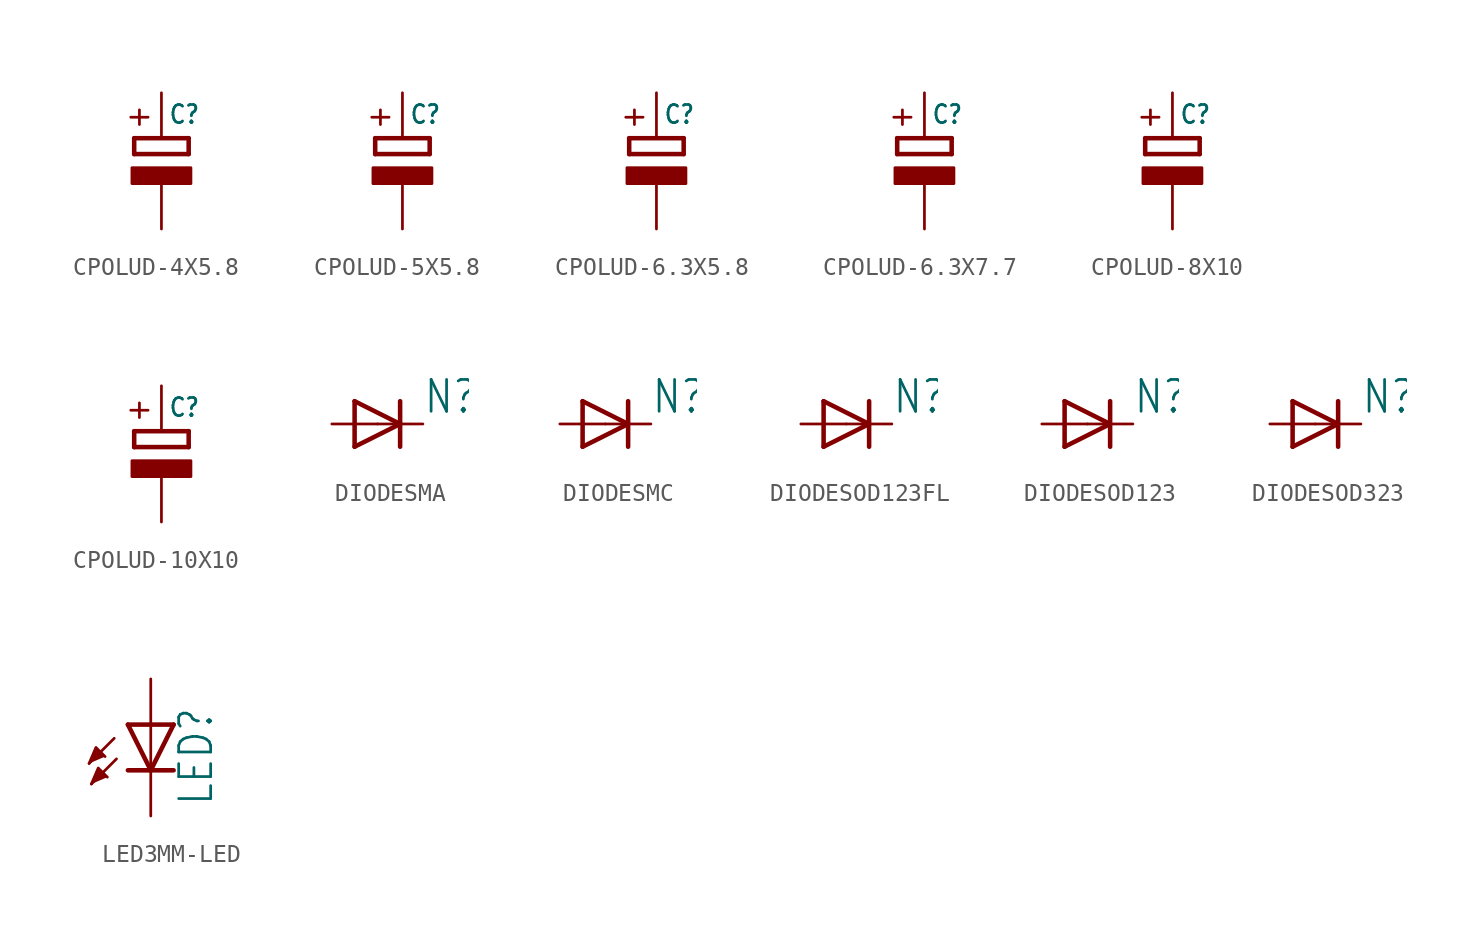
<source format=kicad_sym>
(kicad_symbol_lib
  (version 20231120)
  (generator "kicad_symbol_editor")
  (generator_version "8.0")
  (symbol "CPOLUD-4X5.8"
    (property "Reference" "C"
      (at 0.381 3.277 0)
      (effects (font (size 1.016 0.864)) (justify left bottom)))
    (property "Value" ""
      (at 0.381 -1.295 0)
      (effects (font (size 1.016 0.864)) (justify left bottom)))
    (property "ki_locked" ""
      (at 0 0 0)
      (effects (font (size 1.27 1.27))))
    (symbol "CPOLUD-4X5.8_1_0"
      (rectangle (start -1.651 0) (end 1.651 0.889) (stroke (width 0) (type default)) (fill (type outline)))
      (polyline (pts (xy -1.524 1.651) (xy 1.524 1.651)) (stroke (width 0.254) (type solid)) (fill (type none)))
      (polyline (pts (xy -1.524 2.54) (xy -1.524 1.651)) (stroke (width 0.254) (type solid)) (fill (type none)))
      (polyline (pts (xy -1.524 2.54) (xy 1.524 2.54)) (stroke (width 0.254) (type solid)) (fill (type none)))
      (polyline (pts (xy 1.524 1.651) (xy 1.524 2.54)) (stroke (width 0.254) (type solid)) (fill (type none)))
      (text "+" (at -0.584 2.946 900) (effects (font (size 1.27 1.079)) (justify left bottom)))
      (pin passive line (at 0 5.08 270) (length 2.54) (name "+" (effects (font (size 0 0)))) (number "+" (effects (font (size 0 0)))))
      (pin passive line (at 0 -2.54 90) (length 2.54) (name "-" (effects (font (size 0 0)))) (number "-" (effects (font (size 0 0)))))))
  (symbol "CPOLUD-5X5.8"
    (property "Reference" "C"
      (at 0.381 3.277 0)
      (effects (font (size 1.016 0.864)) (justify left bottom)))
    (property "Value" ""
      (at 0.381 -1.295 0)
      (effects (font (size 1.016 0.864)) (justify left bottom)))
    (property "ki_locked" ""
      (at 0 0 0)
      (effects (font (size 1.27 1.27))))
    (symbol "CPOLUD-5X5.8_1_0"
      (rectangle (start -1.651 0) (end 1.651 0.889) (stroke (width 0) (type default)) (fill (type outline)))
      (polyline (pts (xy -1.524 1.651) (xy 1.524 1.651)) (stroke (width 0.254) (type solid)) (fill (type none)))
      (polyline (pts (xy -1.524 2.54) (xy -1.524 1.651)) (stroke (width 0.254) (type solid)) (fill (type none)))
      (polyline (pts (xy -1.524 2.54) (xy 1.524 2.54)) (stroke (width 0.254) (type solid)) (fill (type none)))
      (polyline (pts (xy 1.524 1.651) (xy 1.524 2.54)) (stroke (width 0.254) (type solid)) (fill (type none)))
      (text "+" (at -0.584 2.946 900) (effects (font (size 1.27 1.079)) (justify left bottom)))
      (pin passive line (at 0 5.08 270) (length 2.54) (name "+" (effects (font (size 0 0)))) (number "+" (effects (font (size 0 0)))))
      (pin passive line (at 0 -2.54 90) (length 2.54) (name "-" (effects (font (size 0 0)))) (number "-" (effects (font (size 0 0)))))))
  (symbol "CPOLUD-6.3X5.8"
    (property "Reference" "C"
      (at 0.381 3.277 0)
      (effects (font (size 1.016 0.864)) (justify left bottom)))
    (property "Value" ""
      (at 0.381 -1.295 0)
      (effects (font (size 1.016 0.864)) (justify left bottom)))
    (property "ki_locked" ""
      (at 0 0 0)
      (effects (font (size 1.27 1.27))))
    (symbol "CPOLUD-6.3X5.8_1_0"
      (rectangle (start -1.651 0) (end 1.651 0.889) (stroke (width 0) (type default)) (fill (type outline)))
      (polyline (pts (xy -1.524 1.651) (xy 1.524 1.651)) (stroke (width 0.254) (type solid)) (fill (type none)))
      (polyline (pts (xy -1.524 2.54) (xy -1.524 1.651)) (stroke (width 0.254) (type solid)) (fill (type none)))
      (polyline (pts (xy -1.524 2.54) (xy 1.524 2.54)) (stroke (width 0.254) (type solid)) (fill (type none)))
      (polyline (pts (xy 1.524 1.651) (xy 1.524 2.54)) (stroke (width 0.254) (type solid)) (fill (type none)))
      (text "+" (at -0.584 2.946 900) (effects (font (size 1.27 1.079)) (justify left bottom)))
      (pin passive line (at 0 5.08 270) (length 2.54) (name "+" (effects (font (size 0 0)))) (number "+" (effects (font (size 0 0)))))
      (pin passive line (at 0 -2.54 90) (length 2.54) (name "-" (effects (font (size 0 0)))) (number "-" (effects (font (size 0 0)))))))
  (symbol "CPOLUD-6.3X7.7"
    (property "Reference" "C"
      (at 0.381 3.277 0)
      (effects (font (size 1.016 0.864)) (justify left bottom)))
    (property "Value" ""
      (at 0.381 -1.295 0)
      (effects (font (size 1.016 0.864)) (justify left bottom)))
    (property "ki_locked" ""
      (at 0 0 0)
      (effects (font (size 1.27 1.27))))
    (symbol "CPOLUD-6.3X7.7_1_0"
      (rectangle (start -1.651 0) (end 1.651 0.889) (stroke (width 0) (type default)) (fill (type outline)))
      (polyline (pts (xy -1.524 1.651) (xy 1.524 1.651)) (stroke (width 0.254) (type solid)) (fill (type none)))
      (polyline (pts (xy -1.524 2.54) (xy -1.524 1.651)) (stroke (width 0.254) (type solid)) (fill (type none)))
      (polyline (pts (xy -1.524 2.54) (xy 1.524 2.54)) (stroke (width 0.254) (type solid)) (fill (type none)))
      (polyline (pts (xy 1.524 1.651) (xy 1.524 2.54)) (stroke (width 0.254) (type solid)) (fill (type none)))
      (text "+" (at -0.584 2.946 900) (effects (font (size 1.27 1.079)) (justify left bottom)))
      (pin passive line (at 0 5.08 270) (length 2.54) (name "+" (effects (font (size 0 0)))) (number "+" (effects (font (size 0 0)))))
      (pin passive line (at 0 -2.54 90) (length 2.54) (name "-" (effects (font (size 0 0)))) (number "-" (effects (font (size 0 0)))))))
  (symbol "CPOLUD-8X10"
    (property "Reference" "C"
      (at 0.381 3.277 0)
      (effects (font (size 1.016 0.864)) (justify left bottom)))
    (property "Value" ""
      (at 0.381 -1.295 0)
      (effects (font (size 1.016 0.864)) (justify left bottom)))
    (property "ki_locked" ""
      (at 0 0 0)
      (effects (font (size 1.27 1.27))))
    (symbol "CPOLUD-8X10_1_0"
      (rectangle (start -1.651 0) (end 1.651 0.889) (stroke (width 0) (type default)) (fill (type outline)))
      (polyline (pts (xy -1.524 1.651) (xy 1.524 1.651)) (stroke (width 0.254) (type solid)) (fill (type none)))
      (polyline (pts (xy -1.524 2.54) (xy -1.524 1.651)) (stroke (width 0.254) (type solid)) (fill (type none)))
      (polyline (pts (xy -1.524 2.54) (xy 1.524 2.54)) (stroke (width 0.254) (type solid)) (fill (type none)))
      (polyline (pts (xy 1.524 1.651) (xy 1.524 2.54)) (stroke (width 0.254) (type solid)) (fill (type none)))
      (text "+" (at -0.584 2.946 900) (effects (font (size 1.27 1.079)) (justify left bottom)))
      (pin passive line (at 0 5.08 270) (length 2.54) (name "+" (effects (font (size 0 0)))) (number "+" (effects (font (size 0 0)))))
      (pin passive line (at 0 -2.54 90) (length 2.54) (name "-" (effects (font (size 0 0)))) (number "-" (effects (font (size 0 0)))))))
  (symbol "CPOLUD-10X10"
    (property "Reference" "C"
      (at 0.381 3.277 0)
      (effects (font (size 1.016 0.864)) (justify left bottom)))
    (property "Value" ""
      (at 0.381 -1.295 0)
      (effects (font (size 1.016 0.864)) (justify left bottom)))
    (property "ki_locked" ""
      (at 0 0 0)
      (effects (font (size 1.27 1.27))))
    (symbol "CPOLUD-10X10_1_0"
      (rectangle (start -1.651 0) (end 1.651 0.889) (stroke (width 0) (type default)) (fill (type outline)))
      (polyline (pts (xy -1.524 1.651) (xy 1.524 1.651)) (stroke (width 0.254) (type solid)) (fill (type none)))
      (polyline (pts (xy -1.524 2.54) (xy -1.524 1.651)) (stroke (width 0.254) (type solid)) (fill (type none)))
      (polyline (pts (xy -1.524 2.54) (xy 1.524 2.54)) (stroke (width 0.254) (type solid)) (fill (type none)))
      (polyline (pts (xy 1.524 1.651) (xy 1.524 2.54)) (stroke (width 0.254) (type solid)) (fill (type none)))
      (text "+" (at -0.584 2.946 900) (effects (font (size 1.27 1.079)) (justify left bottom)))
      (pin passive line (at 0 5.08 270) (length 2.54) (name "+" (effects (font (size 0 0)))) (number "+" (effects (font (size 0 0)))))
      (pin passive line (at 0 -2.54 90) (length 2.54) (name "-" (effects (font (size 0 0)))) (number "-" (effects (font (size 0 0)))))))
  (symbol "DIODESMA"
    (property "Reference" "N"
      (at 2.54 0.483 0)
      (effects (font (size 1.778 1.511)) (justify left bottom)))
    (property "Value" ""
      (at 2.54 -2.311 0)
      (effects (font (size 1.778 1.511)) (justify left bottom)))
    (property "ki_locked" ""
      (at 0 0 0)
      (effects (font (size 1.27 1.27))))
    (symbol "DIODESMA_1_0"
      (polyline (pts (xy -1.27 -1.27) (xy 1.27 0)) (stroke (width 0.254) (type solid)) (fill (type none)))
      (polyline (pts (xy -1.27 1.27) (xy -1.27 -1.27)) (stroke (width 0.254) (type solid)) (fill (type none)))
      (polyline (pts (xy 1.27 0) (xy -1.27 1.27)) (stroke (width 0.254) (type solid)) (fill (type none)))
      (polyline (pts (xy 1.27 0) (xy 1.27 -1.27)) (stroke (width 0.254) (type solid)) (fill (type none)))
      (polyline (pts (xy 1.27 1.27) (xy 1.27 0)) (stroke (width 0.254) (type solid)) (fill (type none)))
      (pin passive line (at -2.54 0 0) (length 2.54) (name "A" (effects (font (size 0 0)))) (number "A" (effects (font (size 0 0)))))
      (pin passive line (at 2.54 0 180) (length 2.54) (name "C" (effects (font (size 0 0)))) (number "C" (effects (font (size 0 0)))))))
  (symbol "DIODESMC"
    (property "Reference" "N"
      (at 2.54 0.483 0)
      (effects (font (size 1.778 1.511)) (justify left bottom)))
    (property "Value" ""
      (at 2.54 -2.311 0)
      (effects (font (size 1.778 1.511)) (justify left bottom)))
    (property "ki_locked" ""
      (at 0 0 0)
      (effects (font (size 1.27 1.27))))
    (symbol "DIODESMC_1_0"
      (polyline (pts (xy -1.27 -1.27) (xy 1.27 0)) (stroke (width 0.254) (type solid)) (fill (type none)))
      (polyline (pts (xy -1.27 1.27) (xy -1.27 -1.27)) (stroke (width 0.254) (type solid)) (fill (type none)))
      (polyline (pts (xy 1.27 0) (xy -1.27 1.27)) (stroke (width 0.254) (type solid)) (fill (type none)))
      (polyline (pts (xy 1.27 0) (xy 1.27 -1.27)) (stroke (width 0.254) (type solid)) (fill (type none)))
      (polyline (pts (xy 1.27 1.27) (xy 1.27 0)) (stroke (width 0.254) (type solid)) (fill (type none)))
      (pin passive line (at -2.54 0 0) (length 2.54) (name "A" (effects (font (size 0 0)))) (number "A" (effects (font (size 0 0)))))
      (pin passive line (at 2.54 0 180) (length 2.54) (name "C" (effects (font (size 0 0)))) (number "C" (effects (font (size 0 0)))))))
  (symbol "DIODESOD123FL"
    (property "Reference" "N"
      (at 2.54 0.483 0)
      (effects (font (size 1.778 1.511)) (justify left bottom)))
    (property "Value" ""
      (at 2.54 -2.311 0)
      (effects (font (size 1.778 1.511)) (justify left bottom)))
    (property "ki_locked" ""
      (at 0 0 0)
      (effects (font (size 1.27 1.27))))
    (symbol "DIODESOD123FL_1_0"
      (polyline (pts (xy -1.27 -1.27) (xy 1.27 0)) (stroke (width 0.254) (type solid)) (fill (type none)))
      (polyline (pts (xy -1.27 1.27) (xy -1.27 -1.27)) (stroke (width 0.254) (type solid)) (fill (type none)))
      (polyline (pts (xy 1.27 0) (xy -1.27 1.27)) (stroke (width 0.254) (type solid)) (fill (type none)))
      (polyline (pts (xy 1.27 0) (xy 1.27 -1.27)) (stroke (width 0.254) (type solid)) (fill (type none)))
      (polyline (pts (xy 1.27 1.27) (xy 1.27 0)) (stroke (width 0.254) (type solid)) (fill (type none)))
      (pin passive line (at -2.54 0 0) (length 2.54) (name "A" (effects (font (size 0 0)))) (number "A" (effects (font (size 0 0)))))
      (pin passive line (at 2.54 0 180) (length 2.54) (name "C" (effects (font (size 0 0)))) (number "C" (effects (font (size 0 0)))))))
  (symbol "DIODESOD123"
    (property "Reference" "N"
      (at 2.54 0.483 0)
      (effects (font (size 1.778 1.511)) (justify left bottom)))
    (property "Value" ""
      (at 2.54 -2.311 0)
      (effects (font (size 1.778 1.511)) (justify left bottom)))
    (property "ki_locked" ""
      (at 0 0 0)
      (effects (font (size 1.27 1.27))))
    (symbol "DIODESOD123_1_0"
      (polyline (pts (xy -1.27 -1.27) (xy 1.27 0)) (stroke (width 0.254) (type solid)) (fill (type none)))
      (polyline (pts (xy -1.27 1.27) (xy -1.27 -1.27)) (stroke (width 0.254) (type solid)) (fill (type none)))
      (polyline (pts (xy 1.27 0) (xy -1.27 1.27)) (stroke (width 0.254) (type solid)) (fill (type none)))
      (polyline (pts (xy 1.27 0) (xy 1.27 -1.27)) (stroke (width 0.254) (type solid)) (fill (type none)))
      (polyline (pts (xy 1.27 1.27) (xy 1.27 0)) (stroke (width 0.254) (type solid)) (fill (type none)))
      (pin passive line (at -2.54 0 0) (length 2.54) (name "A" (effects (font (size 0 0)))) (number "A" (effects (font (size 0 0)))))
      (pin passive line (at 2.54 0 180) (length 2.54) (name "C" (effects (font (size 0 0)))) (number "C" (effects (font (size 0 0)))))))
  (symbol "DIODESOD323"
    (property "Reference" "N"
      (at 2.54 0.483 0)
      (effects (font (size 1.778 1.511)) (justify left bottom)))
    (property "Value" ""
      (at 2.54 -2.311 0)
      (effects (font (size 1.778 1.511)) (justify left bottom)))
    (property "ki_locked" ""
      (at 0 0 0)
      (effects (font (size 1.27 1.27))))
    (symbol "DIODESOD323_1_0"
      (polyline (pts (xy -1.27 -1.27) (xy 1.27 0)) (stroke (width 0.254) (type solid)) (fill (type none)))
      (polyline (pts (xy -1.27 1.27) (xy -1.27 -1.27)) (stroke (width 0.254) (type solid)) (fill (type none)))
      (polyline (pts (xy 1.27 0) (xy -1.27 1.27)) (stroke (width 0.254) (type solid)) (fill (type none)))
      (polyline (pts (xy 1.27 0) (xy 1.27 -1.27)) (stroke (width 0.254) (type solid)) (fill (type none)))
      (polyline (pts (xy 1.27 1.27) (xy 1.27 0)) (stroke (width 0.254) (type solid)) (fill (type none)))
      (pin passive line (at -2.54 0 0) (length 2.54) (name "A" (effects (font (size 0 0)))) (number "A" (effects (font (size 0 0)))))
      (pin passive line (at 2.54 0 180) (length 2.54) (name "C" (effects (font (size 0 0)))) (number "C" (effects (font (size 0 0)))))))
  (symbol "LED3MM-LED"
    (property "Reference" "LED"
      (at 3.556 -2.032 90)
      (effects (font (size 1.778 1.511)) (justify left bottom)))
    (property "Value" ""
      (at 5.715 -2.032 90)
      (effects (font (size 1.778 1.511)) (justify left bottom)))
    (property "ki_locked" ""
      (at 0 0 0)
      (effects (font (size 1.27 1.27))))
    (symbol "LED3MM-LED_1_0"
      (polyline (pts (xy -2.032 1.778) (xy -3.429 0.381)) (stroke (width 0.152) (type solid)) (fill (type none)))
      (polyline (pts (xy -1.905 0.635) (xy -3.302 -0.762)) (stroke (width 0.152) (type solid)) (fill (type none)))
      (polyline (pts (xy 0 0) (xy -1.27 0)) (stroke (width 0.254) (type solid)) (fill (type none)))
      (polyline (pts (xy 0 0) (xy -1.27 2.54)) (stroke (width 0.254) (type solid)) (fill (type none)))
      (polyline (pts (xy 0 2.54) (xy -1.27 2.54)) (stroke (width 0.254) (type solid)) (fill (type none)))
      (polyline (pts (xy 0 2.54) (xy 0 0)) (stroke (width 0.152) (type solid)) (fill (type none)))
      (polyline (pts (xy 1.27 0) (xy 0 0)) (stroke (width 0.254) (type solid)) (fill (type none)))
      (polyline (pts (xy 1.27 2.54) (xy 0 0)) (stroke (width 0.254) (type solid)) (fill (type none)))
      (polyline (pts (xy 1.27 2.54) (xy 0 2.54)) (stroke (width 0.254) (type solid)) (fill (type none)))
      (polyline (pts (xy -3.429 0.381) (xy -3.048 1.27) (xy -2.54 0.762)) (stroke (width 0.152) (type solid)) (fill (type outline)))
      (polyline (pts (xy -3.302 -0.762) (xy -2.921 0.127) (xy -2.413 -0.381)) (stroke (width 0.152) (type solid)) (fill (type outline)))
      (pin passive line (at 0 5.08 270) (length 2.54) (name "A" (effects (font (size 0 0)))) (number "A" (effects (font (size 0 0)))))
      (pin passive line (at 0 -2.54 90) (length 2.54) (name "C" (effects (font (size 0 0)))) (number "K" (effects (font (size 0 0))))))))
</source>
